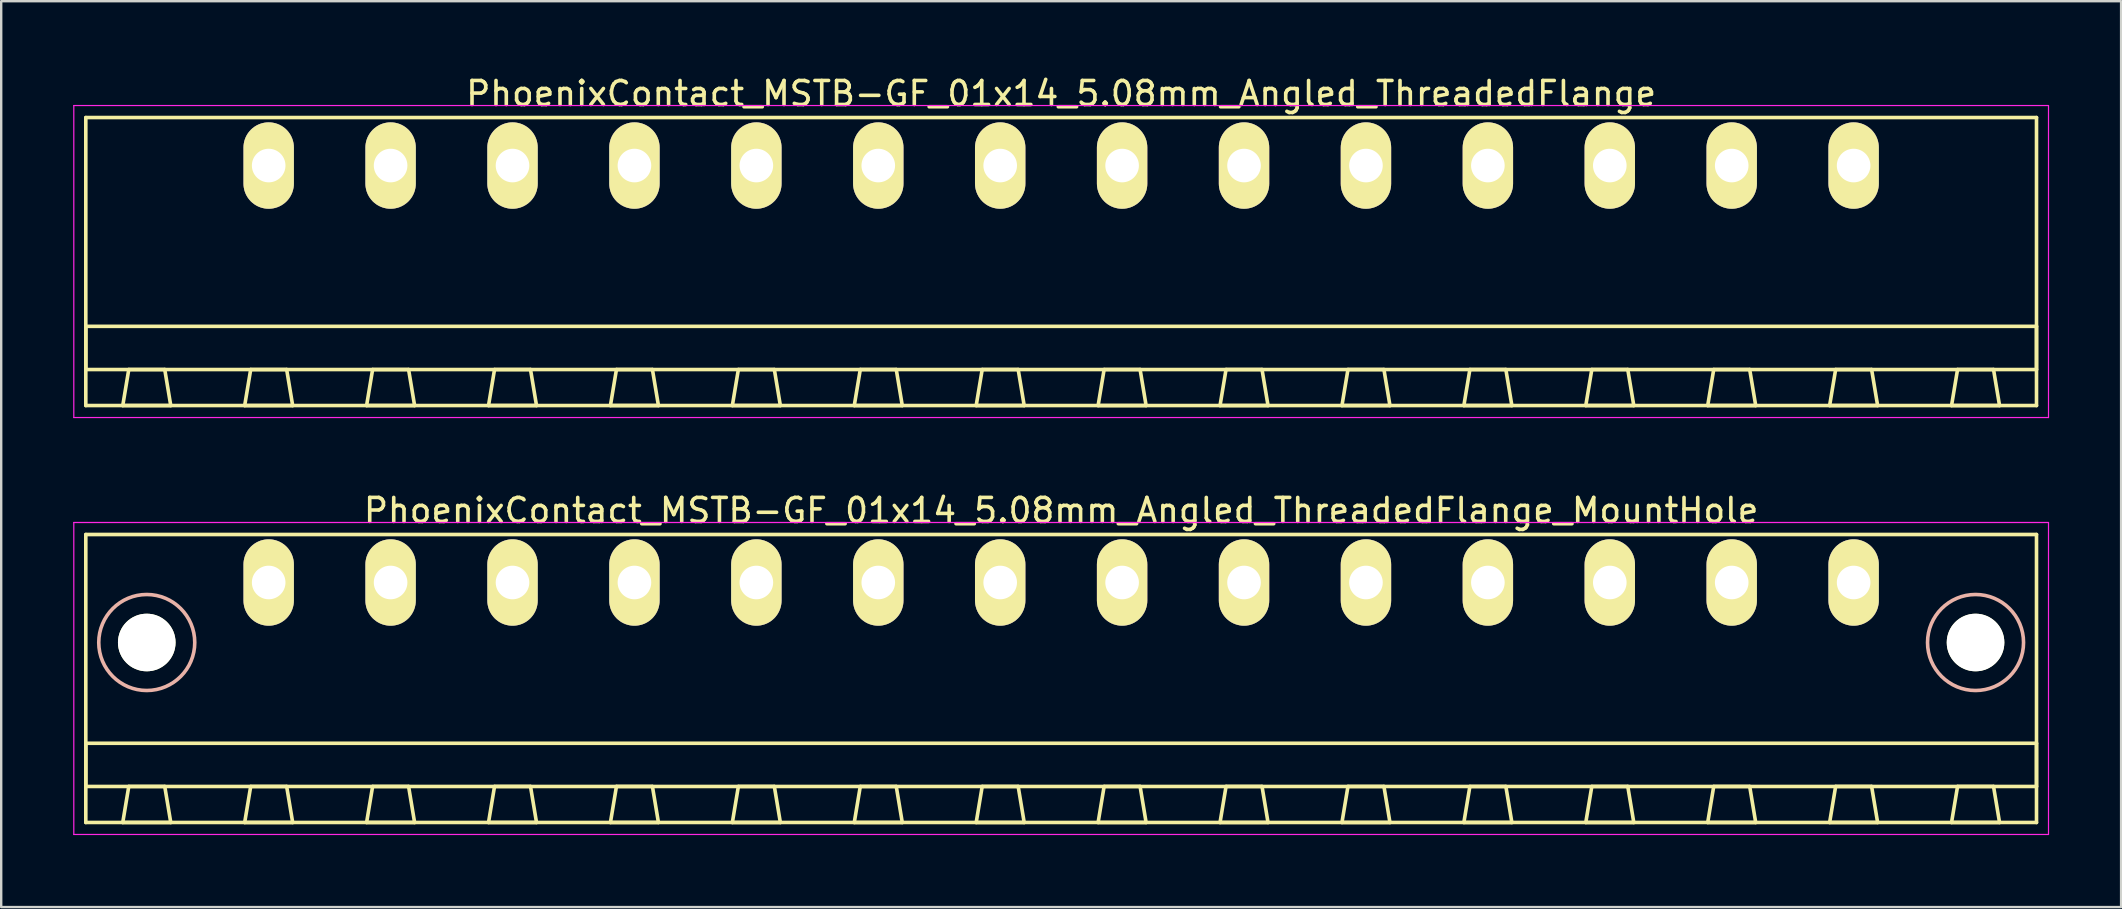
<source format=kicad_pcb>
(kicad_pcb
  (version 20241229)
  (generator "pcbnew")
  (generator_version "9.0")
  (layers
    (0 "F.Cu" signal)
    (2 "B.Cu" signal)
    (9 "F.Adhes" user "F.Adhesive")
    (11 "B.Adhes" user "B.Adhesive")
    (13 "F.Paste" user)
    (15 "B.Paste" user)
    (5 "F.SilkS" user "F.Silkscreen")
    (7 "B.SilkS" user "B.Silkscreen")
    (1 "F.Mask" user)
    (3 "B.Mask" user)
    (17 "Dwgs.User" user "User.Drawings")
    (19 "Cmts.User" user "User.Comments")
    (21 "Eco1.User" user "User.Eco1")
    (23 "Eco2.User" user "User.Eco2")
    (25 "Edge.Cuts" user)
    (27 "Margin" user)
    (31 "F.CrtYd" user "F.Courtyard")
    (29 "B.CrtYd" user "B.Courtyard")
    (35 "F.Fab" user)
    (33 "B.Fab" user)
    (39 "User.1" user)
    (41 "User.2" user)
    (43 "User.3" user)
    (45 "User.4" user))
  (footprint "PhoenixContact_MSTB-GF_01x14_5.08mm_Angled_ThreadedFlange"
    (layer "F.Cu")
    (at 8.145 3.848)
    (property "Reference" "PhoenixContact_MSTB-GF_01x14_5.08mm_Angled_ThreadedFlange" (at 33.02 -3 0) (layer "F.SilkS") (effects (font (size 1 1) (thickness 0.15))))
    (attr through_hole)
    (fp_line (start -7.62 -2) (end -7.62 10) (stroke (width 0.15) (type solid)) (layer "F.SilkS"))
    (fp_line (start -7.62 6.7) (end 73.66 6.7) (stroke (width 0.15) (type solid)) (layer "F.SilkS"))
    (fp_line (start -7.62 8.5) (end -7.62 6.7) (stroke (width 0.15) (type solid)) (layer "F.SilkS"))
    (fp_line (start -7.62 10) (end 73.66 10) (stroke (width 0.15) (type solid)) (layer "F.SilkS"))
    (fp_line (start -6.08 10) (end -4.08 10) (stroke (width 0.15) (type solid)) (layer "F.SilkS"))
    (fp_line (start -5.83 8.5) (end -6.08 10) (stroke (width 0.15) (type solid)) (layer "F.SilkS"))
    (fp_line (start -4.33 8.5) (end -5.83 8.5) (stroke (width 0.15) (type solid)) (layer "F.SilkS"))
    (fp_line (start -4.08 10) (end -4.33 8.5) (stroke (width 0.15) (type solid)) (layer "F.SilkS"))
    (fp_line (start -1 10) (end 1 10) (stroke (width 0.15) (type solid)) (layer "F.SilkS"))
    (fp_line (start -0.75 8.5) (end -1 10) (stroke (width 0.15) (type solid)) (layer "F.SilkS"))
    (fp_line (start 0.75 8.5) (end -0.75 8.5) (stroke (width 0.15) (type solid)) (layer "F.SilkS"))
    (fp_line (start 1 10) (end 0.75 8.5) (stroke (width 0.15) (type solid)) (layer "F.SilkS"))
    (fp_line (start 4.08 10) (end 6.08 10) (stroke (width 0.15) (type solid)) (layer "F.SilkS"))
    (fp_line (start 4.33 8.5) (end 4.08 10) (stroke (width 0.15) (type solid)) (layer "F.SilkS"))
    (fp_line (start 5.83 8.5) (end 4.33 8.5) (stroke (width 0.15) (type solid)) (layer "F.SilkS"))
    (fp_line (start 6.08 10) (end 5.83 8.5) (stroke (width 0.15) (type solid)) (layer "F.SilkS"))
    (fp_line (start 9.16 10) (end 11.16 10) (stroke (width 0.15) (type solid)) (layer "F.SilkS"))
    (fp_line (start 9.41 8.5) (end 9.16 10) (stroke (width 0.15) (type solid)) (layer "F.SilkS"))
    (fp_line (start 10.91 8.5) (end 9.41 8.5) (stroke (width 0.15) (type solid)) (layer "F.SilkS"))
    (fp_line (start 11.16 10) (end 10.91 8.5) (stroke (width 0.15) (type solid)) (layer "F.SilkS"))
    (fp_line (start 14.24 10) (end 16.24 10) (stroke (width 0.15) (type solid)) (layer "F.SilkS"))
    (fp_line (start 14.49 8.5) (end 14.24 10) (stroke (width 0.15) (type solid)) (layer "F.SilkS"))
    (fp_line (start 15.99 8.5) (end 14.49 8.5) (stroke (width 0.15) (type solid)) (layer "F.SilkS"))
    (fp_line (start 16.24 10) (end 15.99 8.5) (stroke (width 0.15) (type solid)) (layer "F.SilkS"))
    (fp_line (start 19.32 10) (end 21.32 10) (stroke (width 0.15) (type solid)) (layer "F.SilkS"))
    (fp_line (start 19.57 8.5) (end 19.32 10) (stroke (width 0.15) (type solid)) (layer "F.SilkS"))
    (fp_line (start 21.07 8.5) (end 19.57 8.5) (stroke (width 0.15) (type solid)) (layer "F.SilkS"))
    (fp_line (start 21.32 10) (end 21.07 8.5) (stroke (width 0.15) (type solid)) (layer "F.SilkS"))
    (fp_line (start 24.4 10) (end 26.4 10) (stroke (width 0.15) (type solid)) (layer "F.SilkS"))
    (fp_line (start 24.65 8.5) (end 24.4 10) (stroke (width 0.15) (type solid)) (layer "F.SilkS"))
    (fp_line (start 26.15 8.5) (end 24.65 8.5) (stroke (width 0.15) (type solid)) (layer "F.SilkS"))
    (fp_line (start 26.4 10) (end 26.15 8.5) (stroke (width 0.15) (type solid)) (layer "F.SilkS"))
    (fp_line (start 29.48 10) (end 31.48 10) (stroke (width 0.15) (type solid)) (layer "F.SilkS"))
    (fp_line (start 29.73 8.5) (end 29.48 10) (stroke (width 0.15) (type solid)) (layer "F.SilkS"))
    (fp_line (start 31.23 8.5) (end 29.73 8.5) (stroke (width 0.15) (type solid)) (layer "F.SilkS"))
    (fp_line (start 31.48 10) (end 31.23 8.5) (stroke (width 0.15) (type solid)) (layer "F.SilkS"))
    (fp_line (start 34.56 10) (end 36.56 10) (stroke (width 0.15) (type solid)) (layer "F.SilkS"))
    (fp_line (start 34.81 8.5) (end 34.56 10) (stroke (width 0.15) (type solid)) (layer "F.SilkS"))
    (fp_line (start 36.31 8.5) (end 34.81 8.5) (stroke (width 0.15) (type solid)) (layer "F.SilkS"))
    (fp_line (start 36.56 10) (end 36.31 8.5) (stroke (width 0.15) (type solid)) (layer "F.SilkS"))
    (fp_line (start 39.64 10) (end 41.64 10) (stroke (width 0.15) (type solid)) (layer "F.SilkS"))
    (fp_line (start 39.89 8.5) (end 39.64 10) (stroke (width 0.15) (type solid)) (layer "F.SilkS"))
    (fp_line (start 41.39 8.5) (end 39.89 8.5) (stroke (width 0.15) (type solid)) (layer "F.SilkS"))
    (fp_line (start 41.64 10) (end 41.39 8.5) (stroke (width 0.15) (type solid)) (layer "F.SilkS"))
    (fp_line (start 44.72 10) (end 46.72 10) (stroke (width 0.15) (type solid)) (layer "F.SilkS"))
    (fp_line (start 44.97 8.5) (end 44.72 10) (stroke (width 0.15) (type solid)) (layer "F.SilkS"))
    (fp_line (start 46.47 8.5) (end 44.97 8.5) (stroke (width 0.15) (type solid)) (layer "F.SilkS"))
    (fp_line (start 46.72 10) (end 46.47 8.5) (stroke (width 0.15) (type solid)) (layer "F.SilkS"))
    (fp_line (start 49.8 10) (end 51.8 10) (stroke (width 0.15) (type solid)) (layer "F.SilkS"))
    (fp_line (start 50.05 8.5) (end 49.8 10) (stroke (width 0.15) (type solid)) (layer "F.SilkS"))
    (fp_line (start 51.55 8.5) (end 50.05 8.5) (stroke (width 0.15) (type solid)) (layer "F.SilkS"))
    (fp_line (start 51.8 10) (end 51.55 8.5) (stroke (width 0.15) (type solid)) (layer "F.SilkS"))
    (fp_line (start 54.88 10) (end 56.88 10) (stroke (width 0.15) (type solid)) (layer "F.SilkS"))
    (fp_line (start 55.13 8.5) (end 54.88 10) (stroke (width 0.15) (type solid)) (layer "F.SilkS"))
    (fp_line (start 56.63 8.5) (end 55.13 8.5) (stroke (width 0.15) (type solid)) (layer "F.SilkS"))
    (fp_line (start 56.88 10) (end 56.63 8.5) (stroke (width 0.15) (type solid)) (layer "F.SilkS"))
    (fp_line (start 59.96 10) (end 61.96 10) (stroke (width 0.15) (type solid)) (layer "F.SilkS"))
    (fp_line (start 60.21 8.5) (end 59.96 10) (stroke (width 0.15) (type solid)) (layer "F.SilkS"))
    (fp_line (start 61.71 8.5) (end 60.21 8.5) (stroke (width 0.15) (type solid)) (layer "F.SilkS"))
    (fp_line (start 61.96 10) (end 61.71 8.5) (stroke (width 0.15) (type solid)) (layer "F.SilkS"))
    (fp_line (start 65.04 10) (end 67.04 10) (stroke (width 0.15) (type solid)) (layer "F.SilkS"))
    (fp_line (start 65.29 8.5) (end 65.04 10) (stroke (width 0.15) (type solid)) (layer "F.SilkS"))
    (fp_line (start 66.79 8.5) (end 65.29 8.5) (stroke (width 0.15) (type solid)) (layer "F.SilkS"))
    (fp_line (start 67.04 10) (end 66.79 8.5) (stroke (width 0.15) (type solid)) (layer "F.SilkS"))
    (fp_line (start 70.12 10) (end 72.12 10) (stroke (width 0.15) (type solid)) (layer "F.SilkS"))
    (fp_line (start 70.37 8.5) (end 70.12 10) (stroke (width 0.15) (type solid)) (layer "F.SilkS"))
    (fp_line (start 71.87 8.5) (end 70.37 8.5) (stroke (width 0.15) (type solid)) (layer "F.SilkS"))
    (fp_line (start 72.12 10) (end 71.87 8.5) (stroke (width 0.15) (type solid)) (layer "F.SilkS"))
    (fp_line (start 73.66 -2) (end -7.62 -2) (stroke (width 0.15) (type solid)) (layer "F.SilkS"))
    (fp_line (start 73.66 6.7) (end 73.66 8.5) (stroke (width 0.15) (type solid)) (layer "F.SilkS"))
    (fp_line (start 73.66 8.5) (end -7.62 8.5) (stroke (width 0.15) (type solid)) (layer "F.SilkS"))
    (fp_line (start 73.66 10) (end 73.66 -2) (stroke (width 0.15) (type solid)) (layer "F.SilkS"))
    (fp_line (start -8.12 -2.5) (end -8.12 10.5) (stroke (width 0.05) (type solid)) (layer "F.CrtYd"))
    (fp_line (start -8.12 10.5) (end 74.16 10.5) (stroke (width 0.05) (type solid)) (layer "F.CrtYd"))
    (fp_line (start 74.16 -2.5) (end -8.12 -2.5) (stroke (width 0.05) (type solid)) (layer "F.CrtYd"))
    (fp_line (start 74.16 10.5) (end 74.16 -2.5) (stroke (width 0.05) (type solid)) (layer "F.CrtYd"))
    (pad "1" thru_hole oval (at 0 0) (size 2.1 3.6) (drill 1.4) (layers "*.Cu" "*.Mask" "F.SilkS"))
    (pad "2" thru_hole oval (at 5.08 0) (size 2.1 3.6) (drill 1.4) (layers "*.Cu" "*.Mask" "F.SilkS"))
    (pad "3" thru_hole oval (at 10.16 0) (size 2.1 3.6) (drill 1.4) (layers "*.Cu" "*.Mask" "F.SilkS"))
    (pad "4" thru_hole oval (at 15.24 0) (size 2.1 3.6) (drill 1.4) (layers "*.Cu" "*.Mask" "F.SilkS"))
    (pad "5" thru_hole oval (at 20.32 0) (size 2.1 3.6) (drill 1.4) (layers "*.Cu" "*.Mask" "F.SilkS"))
    (pad "6" thru_hole oval (at 25.4 0) (size 2.1 3.6) (drill 1.4) (layers "*.Cu" "*.Mask" "F.SilkS"))
    (pad "7" thru_hole oval (at 30.48 0) (size 2.1 3.6) (drill 1.4) (layers "*.Cu" "*.Mask" "F.SilkS"))
    (pad "8" thru_hole oval (at 35.56 0) (size 2.1 3.6) (drill 1.4) (layers "*.Cu" "*.Mask" "F.SilkS"))
    (pad "9" thru_hole oval (at 40.64 0) (size 2.1 3.6) (drill 1.4) (layers "*.Cu" "*.Mask" "F.SilkS"))
    (pad "10" thru_hole oval (at 45.72 0) (size 2.1 3.6) (drill 1.4) (layers "*.Cu" "*.Mask" "F.SilkS"))
    (pad "11" thru_hole oval (at 50.8 0) (size 2.1 3.6) (drill 1.4) (layers "*.Cu" "*.Mask" "F.SilkS"))
    (pad "12" thru_hole oval (at 55.88 0) (size 2.1 3.6) (drill 1.4) (layers "*.Cu" "*.Mask" "F.SilkS"))
    (pad "13" thru_hole oval (at 60.96 0) (size 2.1 3.6) (drill 1.4) (layers "*.Cu" "*.Mask" "F.SilkS"))
    (pad "14" thru_hole oval (at 66.04 0) (size 2.1 3.6) (drill 1.4) (layers "*.Cu" "*.Mask" "F.SilkS")))
  (footprint "PhoenixContact_MSTB-GF_01x14_5.08mm_Angled_ThreadedFlange_MountHole"
    (layer "F.Cu")
    (at 8.145 21.221)
    (property "Reference" "PhoenixContact_MSTB-GF_01x14_5.08mm_Angled_ThreadedFlange_MountHole" (at 33.02 -3 0) (layer "F.SilkS") (effects (font (size 1 1) (thickness 0.15))))
    (attr through_hole)
    (fp_line (start -7.62 -2) (end -7.62 10) (stroke (width 0.15) (type solid)) (layer "F.SilkS"))
    (fp_line (start -7.62 6.7) (end 73.66 6.7) (stroke (width 0.15) (type solid)) (layer "F.SilkS"))
    (fp_line (start -7.62 8.5) (end -7.62 6.7) (stroke (width 0.15) (type solid)) (layer "F.SilkS"))
    (fp_line (start -7.62 10) (end 73.66 10) (stroke (width 0.15) (type solid)) (layer "F.SilkS"))
    (fp_line (start -6.08 10) (end -4.08 10) (stroke (width 0.15) (type solid)) (layer "F.SilkS"))
    (fp_line (start -5.83 8.5) (end -6.08 10) (stroke (width 0.15) (type solid)) (layer "F.SilkS"))
    (fp_line (start -4.33 8.5) (end -5.83 8.5) (stroke (width 0.15) (type solid)) (layer "F.SilkS"))
    (fp_line (start -4.08 10) (end -4.33 8.5) (stroke (width 0.15) (type solid)) (layer "F.SilkS"))
    (fp_line (start -1 10) (end 1 10) (stroke (width 0.15) (type solid)) (layer "F.SilkS"))
    (fp_line (start -0.75 8.5) (end -1 10) (stroke (width 0.15) (type solid)) (layer "F.SilkS"))
    (fp_line (start 0.75 8.5) (end -0.75 8.5) (stroke (width 0.15) (type solid)) (layer "F.SilkS"))
    (fp_line (start 1 10) (end 0.75 8.5) (stroke (width 0.15) (type solid)) (layer "F.SilkS"))
    (fp_line (start 4.08 10) (end 6.08 10) (stroke (width 0.15) (type solid)) (layer "F.SilkS"))
    (fp_line (start 4.33 8.5) (end 4.08 10) (stroke (width 0.15) (type solid)) (layer "F.SilkS"))
    (fp_line (start 5.83 8.5) (end 4.33 8.5) (stroke (width 0.15) (type solid)) (layer "F.SilkS"))
    (fp_line (start 6.08 10) (end 5.83 8.5) (stroke (width 0.15) (type solid)) (layer "F.SilkS"))
    (fp_line (start 9.16 10) (end 11.16 10) (stroke (width 0.15) (type solid)) (layer "F.SilkS"))
    (fp_line (start 9.41 8.5) (end 9.16 10) (stroke (width 0.15) (type solid)) (layer "F.SilkS"))
    (fp_line (start 10.91 8.5) (end 9.41 8.5) (stroke (width 0.15) (type solid)) (layer "F.SilkS"))
    (fp_line (start 11.16 10) (end 10.91 8.5) (stroke (width 0.15) (type solid)) (layer "F.SilkS"))
    (fp_line (start 14.24 10) (end 16.24 10) (stroke (width 0.15) (type solid)) (layer "F.SilkS"))
    (fp_line (start 14.49 8.5) (end 14.24 10) (stroke (width 0.15) (type solid)) (layer "F.SilkS"))
    (fp_line (start 15.99 8.5) (end 14.49 8.5) (stroke (width 0.15) (type solid)) (layer "F.SilkS"))
    (fp_line (start 16.24 10) (end 15.99 8.5) (stroke (width 0.15) (type solid)) (layer "F.SilkS"))
    (fp_line (start 19.32 10) (end 21.32 10) (stroke (width 0.15) (type solid)) (layer "F.SilkS"))
    (fp_line (start 19.57 8.5) (end 19.32 10) (stroke (width 0.15) (type solid)) (layer "F.SilkS"))
    (fp_line (start 21.07 8.5) (end 19.57 8.5) (stroke (width 0.15) (type solid)) (layer "F.SilkS"))
    (fp_line (start 21.32 10) (end 21.07 8.5) (stroke (width 0.15) (type solid)) (layer "F.SilkS"))
    (fp_line (start 24.4 10) (end 26.4 10) (stroke (width 0.15) (type solid)) (layer "F.SilkS"))
    (fp_line (start 24.65 8.5) (end 24.4 10) (stroke (width 0.15) (type solid)) (layer "F.SilkS"))
    (fp_line (start 26.15 8.5) (end 24.65 8.5) (stroke (width 0.15) (type solid)) (layer "F.SilkS"))
    (fp_line (start 26.4 10) (end 26.15 8.5) (stroke (width 0.15) (type solid)) (layer "F.SilkS"))
    (fp_line (start 29.48 10) (end 31.48 10) (stroke (width 0.15) (type solid)) (layer "F.SilkS"))
    (fp_line (start 29.73 8.5) (end 29.48 10) (stroke (width 0.15) (type solid)) (layer "F.SilkS"))
    (fp_line (start 31.23 8.5) (end 29.73 8.5) (stroke (width 0.15) (type solid)) (layer "F.SilkS"))
    (fp_line (start 31.48 10) (end 31.23 8.5) (stroke (width 0.15) (type solid)) (layer "F.SilkS"))
    (fp_line (start 34.56 10) (end 36.56 10) (stroke (width 0.15) (type solid)) (layer "F.SilkS"))
    (fp_line (start 34.81 8.5) (end 34.56 10) (stroke (width 0.15) (type solid)) (layer "F.SilkS"))
    (fp_line (start 36.31 8.5) (end 34.81 8.5) (stroke (width 0.15) (type solid)) (layer "F.SilkS"))
    (fp_line (start 36.56 10) (end 36.31 8.5) (stroke (width 0.15) (type solid)) (layer "F.SilkS"))
    (fp_line (start 39.64 10) (end 41.64 10) (stroke (width 0.15) (type solid)) (layer "F.SilkS"))
    (fp_line (start 39.89 8.5) (end 39.64 10) (stroke (width 0.15) (type solid)) (layer "F.SilkS"))
    (fp_line (start 41.39 8.5) (end 39.89 8.5) (stroke (width 0.15) (type solid)) (layer "F.SilkS"))
    (fp_line (start 41.64 10) (end 41.39 8.5) (stroke (width 0.15) (type solid)) (layer "F.SilkS"))
    (fp_line (start 44.72 10) (end 46.72 10) (stroke (width 0.15) (type solid)) (layer "F.SilkS"))
    (fp_line (start 44.97 8.5) (end 44.72 10) (stroke (width 0.15) (type solid)) (layer "F.SilkS"))
    (fp_line (start 46.47 8.5) (end 44.97 8.5) (stroke (width 0.15) (type solid)) (layer "F.SilkS"))
    (fp_line (start 46.72 10) (end 46.47 8.5) (stroke (width 0.15) (type solid)) (layer "F.SilkS"))
    (fp_line (start 49.8 10) (end 51.8 10) (stroke (width 0.15) (type solid)) (layer "F.SilkS"))
    (fp_line (start 50.05 8.5) (end 49.8 10) (stroke (width 0.15) (type solid)) (layer "F.SilkS"))
    (fp_line (start 51.55 8.5) (end 50.05 8.5) (stroke (width 0.15) (type solid)) (layer "F.SilkS"))
    (fp_line (start 51.8 10) (end 51.55 8.5) (stroke (width 0.15) (type solid)) (layer "F.SilkS"))
    (fp_line (start 54.88 10) (end 56.88 10) (stroke (width 0.15) (type solid)) (layer "F.SilkS"))
    (fp_line (start 55.13 8.5) (end 54.88 10) (stroke (width 0.15) (type solid)) (layer "F.SilkS"))
    (fp_line (start 56.63 8.5) (end 55.13 8.5) (stroke (width 0.15) (type solid)) (layer "F.SilkS"))
    (fp_line (start 56.88 10) (end 56.63 8.5) (stroke (width 0.15) (type solid)) (layer "F.SilkS"))
    (fp_line (start 59.96 10) (end 61.96 10) (stroke (width 0.15) (type solid)) (layer "F.SilkS"))
    (fp_line (start 60.21 8.5) (end 59.96 10) (stroke (width 0.15) (type solid)) (layer "F.SilkS"))
    (fp_line (start 61.71 8.5) (end 60.21 8.5) (stroke (width 0.15) (type solid)) (layer "F.SilkS"))
    (fp_line (start 61.96 10) (end 61.71 8.5) (stroke (width 0.15) (type solid)) (layer "F.SilkS"))
    (fp_line (start 65.04 10) (end 67.04 10) (stroke (width 0.15) (type solid)) (layer "F.SilkS"))
    (fp_line (start 65.29 8.5) (end 65.04 10) (stroke (width 0.15) (type solid)) (layer "F.SilkS"))
    (fp_line (start 66.79 8.5) (end 65.29 8.5) (stroke (width 0.15) (type solid)) (layer "F.SilkS"))
    (fp_line (start 67.04 10) (end 66.79 8.5) (stroke (width 0.15) (type solid)) (layer "F.SilkS"))
    (fp_line (start 70.12 10) (end 72.12 10) (stroke (width 0.15) (type solid)) (layer "F.SilkS"))
    (fp_line (start 70.37 8.5) (end 70.12 10) (stroke (width 0.15) (type solid)) (layer "F.SilkS"))
    (fp_line (start 71.87 8.5) (end 70.37 8.5) (stroke (width 0.15) (type solid)) (layer "F.SilkS"))
    (fp_line (start 72.12 10) (end 71.87 8.5) (stroke (width 0.15) (type solid)) (layer "F.SilkS"))
    (fp_line (start 73.66 -2) (end -7.62 -2) (stroke (width 0.15) (type solid)) (layer "F.SilkS"))
    (fp_line (start 73.66 6.7) (end 73.66 8.5) (stroke (width 0.15) (type solid)) (layer "F.SilkS"))
    (fp_line (start 73.66 8.5) (end -7.62 8.5) (stroke (width 0.15) (type solid)) (layer "F.SilkS"))
    (fp_line (start 73.66 10) (end 73.66 -2) (stroke (width 0.15) (type solid)) (layer "F.SilkS"))
    (fp_circle (center -5.08 2.5) (end -3.08 2.5) (stroke (width 0.15) (type solid)) (fill no) (layer "B.SilkS"))
    (fp_circle (center 71.12 2.5) (end 73.12 2.5) (stroke (width 0.15) (type solid)) (fill no) (layer "B.SilkS"))
    (fp_line (start -8.12 -2.5) (end -8.12 10.5) (stroke (width 0.05) (type solid)) (layer "F.CrtYd"))
    (fp_line (start -8.12 10.5) (end 74.16 10.5) (stroke (width 0.05) (type solid)) (layer "F.CrtYd"))
    (fp_line (start 74.16 -2.5) (end -8.12 -2.5) (stroke (width 0.05) (type solid)) (layer "F.CrtYd"))
    (fp_line (start 74.16 10.5) (end 74.16 -2.5) (stroke (width 0.05) (type solid)) (layer "F.CrtYd"))
    (pad "" np_thru_hole circle (at -5.08 2.5) (size 2.4 2.4) (drill 2.4) (layers "*.Cu" "*.Mask" "F.SilkS"))
    (pad "" np_thru_hole circle (at 71.12 2.5) (size 2.4 2.4) (drill 2.4) (layers "*.Cu" "*.Mask" "F.SilkS"))
    (pad "1" thru_hole oval (at 0 0) (size 2.1 3.6) (drill 1.4) (layers "*.Cu" "*.Mask" "F.SilkS"))
    (pad "2" thru_hole oval (at 5.08 0) (size 2.1 3.6) (drill 1.4) (layers "*.Cu" "*.Mask" "F.SilkS"))
    (pad "3" thru_hole oval (at 10.16 0) (size 2.1 3.6) (drill 1.4) (layers "*.Cu" "*.Mask" "F.SilkS"))
    (pad "4" thru_hole oval (at 15.24 0) (size 2.1 3.6) (drill 1.4) (layers "*.Cu" "*.Mask" "F.SilkS"))
    (pad "5" thru_hole oval (at 20.32 0) (size 2.1 3.6) (drill 1.4) (layers "*.Cu" "*.Mask" "F.SilkS"))
    (pad "6" thru_hole oval (at 25.4 0) (size 2.1 3.6) (drill 1.4) (layers "*.Cu" "*.Mask" "F.SilkS"))
    (pad "7" thru_hole oval (at 30.48 0) (size 2.1 3.6) (drill 1.4) (layers "*.Cu" "*.Mask" "F.SilkS"))
    (pad "8" thru_hole oval (at 35.56 0) (size 2.1 3.6) (drill 1.4) (layers "*.Cu" "*.Mask" "F.SilkS"))
    (pad "9" thru_hole oval (at 40.64 0) (size 2.1 3.6) (drill 1.4) (layers "*.Cu" "*.Mask" "F.SilkS"))
    (pad "10" thru_hole oval (at 45.72 0) (size 2.1 3.6) (drill 1.4) (layers "*.Cu" "*.Mask" "F.SilkS"))
    (pad "11" thru_hole oval (at 50.8 0) (size 2.1 3.6) (drill 1.4) (layers "*.Cu" "*.Mask" "F.SilkS"))
    (pad "12" thru_hole oval (at 55.88 0) (size 2.1 3.6) (drill 1.4) (layers "*.Cu" "*.Mask" "F.SilkS"))
    (pad "13" thru_hole oval (at 60.96 0) (size 2.1 3.6) (drill 1.4) (layers "*.Cu" "*.Mask" "F.SilkS"))
    (pad "14" thru_hole oval (at 66.04 0) (size 2.1 3.6) (drill 1.4) (layers "*.Cu" "*.Mask" "F.SilkS")))
  (gr_rect
    (start -3 -3)
    (end 85.33 34.746)
    (stroke (width 0.1) (type default))
    (fill no)
    (layer "Edge.Cuts")))
</source>
